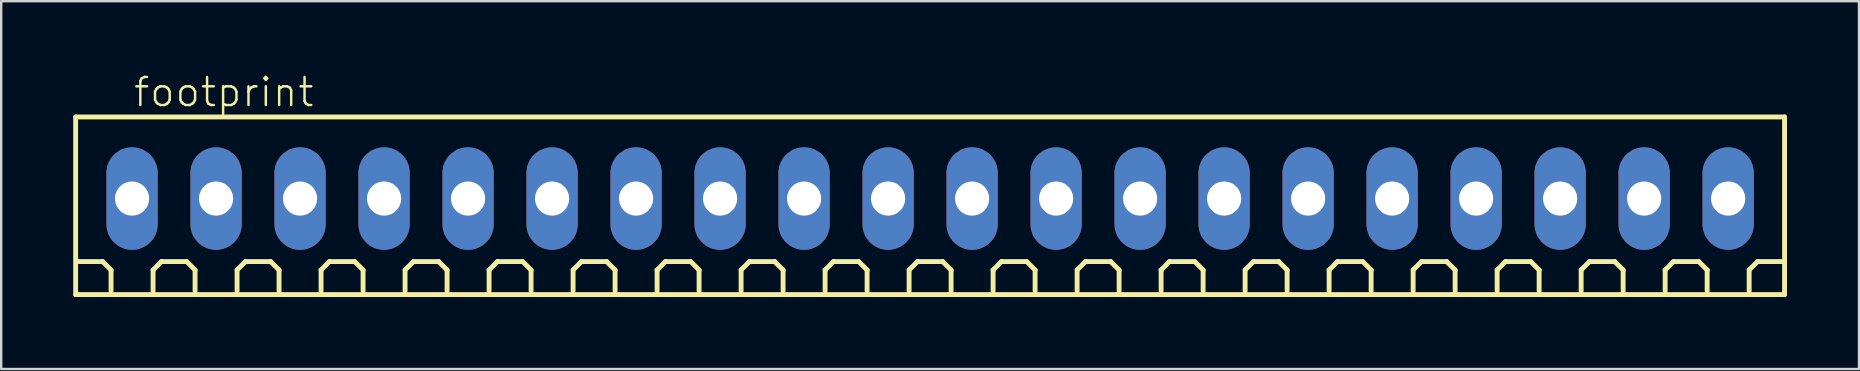
<source format=kicad_pcb>
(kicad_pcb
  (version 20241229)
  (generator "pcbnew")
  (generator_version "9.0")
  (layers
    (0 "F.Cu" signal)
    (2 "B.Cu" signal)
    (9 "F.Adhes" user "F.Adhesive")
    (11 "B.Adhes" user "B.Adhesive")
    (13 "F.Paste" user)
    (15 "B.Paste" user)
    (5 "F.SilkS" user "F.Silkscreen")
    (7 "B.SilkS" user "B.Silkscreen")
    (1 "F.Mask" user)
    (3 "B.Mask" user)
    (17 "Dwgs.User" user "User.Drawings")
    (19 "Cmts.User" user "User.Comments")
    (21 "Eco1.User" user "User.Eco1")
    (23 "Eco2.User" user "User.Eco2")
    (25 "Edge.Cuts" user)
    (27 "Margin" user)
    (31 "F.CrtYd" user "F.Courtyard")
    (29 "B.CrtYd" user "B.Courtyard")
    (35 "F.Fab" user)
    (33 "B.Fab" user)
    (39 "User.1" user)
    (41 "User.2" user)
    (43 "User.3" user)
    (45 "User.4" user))
  (footprint "footprint"
    (layer "F.Cu")
    (at 35.702 5.223)
    (property "Reference" "footprint" (at -33.25 -3.75 0) (layer "F.SilkS") (effects (font (size 1.168 1.168) (thickness 0.102)) (justify left bottom)))
    (fp_line (start -35.6 -3.4) (end 35.6 -3.4) (stroke (width 0.203) (type solid)) (layer "F.SilkS"))
    (fp_line (start -35.6 4) (end -35.6 -3.4) (stroke (width 0.203) (type solid)) (layer "F.SilkS"))
    (fp_line (start -34.475 2.625) (end -35.525 2.625) (stroke (width 0.203) (type solid)) (layer "F.SilkS"))
    (fp_line (start -34.125 2.975) (end -34.475 2.625) (stroke (width 0.203) (type solid)) (layer "F.SilkS"))
    (fp_line (start -34.125 3.85) (end -34.125 2.975) (stroke (width 0.203) (type solid)) (layer "F.SilkS"))
    (fp_line (start -32.375 2.975) (end -32.025 2.625) (stroke (width 0.203) (type solid)) (layer "F.SilkS"))
    (fp_line (start -32.375 3.85) (end -32.375 2.975) (stroke (width 0.203) (type solid)) (layer "F.SilkS"))
    (fp_line (start -32.025 2.625) (end -30.975 2.625) (stroke (width 0.203) (type solid)) (layer "F.SilkS"))
    (fp_line (start -30.975 2.625) (end -30.625 2.975) (stroke (width 0.203) (type solid)) (layer "F.SilkS"))
    (fp_line (start -30.625 2.975) (end -30.625 3.85) (stroke (width 0.203) (type solid)) (layer "F.SilkS"))
    (fp_line (start -28.875 2.975) (end -28.525 2.625) (stroke (width 0.203) (type solid)) (layer "F.SilkS"))
    (fp_line (start -28.875 3.85) (end -28.875 2.975) (stroke (width 0.203) (type solid)) (layer "F.SilkS"))
    (fp_line (start -28.525 2.625) (end -27.475 2.625) (stroke (width 0.203) (type solid)) (layer "F.SilkS"))
    (fp_line (start -27.475 2.625) (end -27.125 2.975) (stroke (width 0.203) (type solid)) (layer "F.SilkS"))
    (fp_line (start -27.125 2.975) (end -27.125 3.85) (stroke (width 0.203) (type solid)) (layer "F.SilkS"))
    (fp_line (start -25.375 2.975) (end -25.025 2.625) (stroke (width 0.203) (type solid)) (layer "F.SilkS"))
    (fp_line (start -25.375 3.85) (end -25.375 2.975) (stroke (width 0.203) (type solid)) (layer "F.SilkS"))
    (fp_line (start -25.025 2.625) (end -23.975 2.625) (stroke (width 0.203) (type solid)) (layer "F.SilkS"))
    (fp_line (start -23.975 2.625) (end -23.625 2.975) (stroke (width 0.203) (type solid)) (layer "F.SilkS"))
    (fp_line (start -23.625 2.975) (end -23.625 3.85) (stroke (width 0.203) (type solid)) (layer "F.SilkS"))
    (fp_line (start -21.875 2.975) (end -21.525 2.625) (stroke (width 0.203) (type solid)) (layer "F.SilkS"))
    (fp_line (start -21.875 3.85) (end -21.875 2.975) (stroke (width 0.203) (type solid)) (layer "F.SilkS"))
    (fp_line (start -21.525 2.625) (end -20.475 2.625) (stroke (width 0.203) (type solid)) (layer "F.SilkS"))
    (fp_line (start -20.475 2.625) (end -20.125 2.975) (stroke (width 0.203) (type solid)) (layer "F.SilkS"))
    (fp_line (start -20.125 2.975) (end -20.125 3.85) (stroke (width 0.203) (type solid)) (layer "F.SilkS"))
    (fp_line (start -18.375 2.975) (end -18.025 2.625) (stroke (width 0.203) (type solid)) (layer "F.SilkS"))
    (fp_line (start -18.375 3.85) (end -18.375 2.975) (stroke (width 0.203) (type solid)) (layer "F.SilkS"))
    (fp_line (start -18.025 2.625) (end -16.975 2.625) (stroke (width 0.203) (type solid)) (layer "F.SilkS"))
    (fp_line (start -16.975 2.625) (end -16.625 2.975) (stroke (width 0.203) (type solid)) (layer "F.SilkS"))
    (fp_line (start -16.625 2.975) (end -16.625 3.85) (stroke (width 0.203) (type solid)) (layer "F.SilkS"))
    (fp_line (start -14.875 2.975) (end -14.525 2.625) (stroke (width 0.203) (type solid)) (layer "F.SilkS"))
    (fp_line (start -14.875 3.85) (end -14.875 2.975) (stroke (width 0.203) (type solid)) (layer "F.SilkS"))
    (fp_line (start -14.525 2.625) (end -13.475 2.625) (stroke (width 0.203) (type solid)) (layer "F.SilkS"))
    (fp_line (start -13.475 2.625) (end -13.125 2.975) (stroke (width 0.203) (type solid)) (layer "F.SilkS"))
    (fp_line (start -13.125 2.975) (end -13.125 3.85) (stroke (width 0.203) (type solid)) (layer "F.SilkS"))
    (fp_line (start -11.375 2.975) (end -11.025 2.625) (stroke (width 0.203) (type solid)) (layer "F.SilkS"))
    (fp_line (start -11.375 3.85) (end -11.375 2.975) (stroke (width 0.203) (type solid)) (layer "F.SilkS"))
    (fp_line (start -11.025 2.625) (end -9.975 2.625) (stroke (width 0.203) (type solid)) (layer "F.SilkS"))
    (fp_line (start -9.975 2.625) (end -9.625 2.975) (stroke (width 0.203) (type solid)) (layer "F.SilkS"))
    (fp_line (start -9.625 2.975) (end -9.625 3.85) (stroke (width 0.203) (type solid)) (layer "F.SilkS"))
    (fp_line (start -7.875 2.975) (end -7.525 2.625) (stroke (width 0.203) (type solid)) (layer "F.SilkS"))
    (fp_line (start -7.875 3.85) (end -7.875 2.975) (stroke (width 0.203) (type solid)) (layer "F.SilkS"))
    (fp_line (start -7.525 2.625) (end -6.475 2.625) (stroke (width 0.203) (type solid)) (layer "F.SilkS"))
    (fp_line (start -6.475 2.625) (end -6.125 2.975) (stroke (width 0.203) (type solid)) (layer "F.SilkS"))
    (fp_line (start -6.125 2.975) (end -6.125 3.85) (stroke (width 0.203) (type solid)) (layer "F.SilkS"))
    (fp_line (start -4.375 2.975) (end -4.025 2.625) (stroke (width 0.203) (type solid)) (layer "F.SilkS"))
    (fp_line (start -4.375 3.85) (end -4.375 2.975) (stroke (width 0.203) (type solid)) (layer "F.SilkS"))
    (fp_line (start -4.025 2.625) (end -2.975 2.625) (stroke (width 0.203) (type solid)) (layer "F.SilkS"))
    (fp_line (start -2.975 2.625) (end -2.625 2.975) (stroke (width 0.203) (type solid)) (layer "F.SilkS"))
    (fp_line (start -2.625 2.975) (end -2.625 3.85) (stroke (width 0.203) (type solid)) (layer "F.SilkS"))
    (fp_line (start -0.875 2.975) (end -0.525 2.625) (stroke (width 0.203) (type solid)) (layer "F.SilkS"))
    (fp_line (start -0.875 3.85) (end -0.875 2.975) (stroke (width 0.203) (type solid)) (layer "F.SilkS"))
    (fp_line (start -0.525 2.625) (end 0.525 2.625) (stroke (width 0.203) (type solid)) (layer "F.SilkS"))
    (fp_line (start 0.525 2.625) (end 0.875 2.975) (stroke (width 0.203) (type solid)) (layer "F.SilkS"))
    (fp_line (start 0.875 2.975) (end 0.875 3.85) (stroke (width 0.203) (type solid)) (layer "F.SilkS"))
    (fp_line (start 2.625 2.975) (end 2.975 2.625) (stroke (width 0.203) (type solid)) (layer "F.SilkS"))
    (fp_line (start 2.625 3.85) (end 2.625 2.975) (stroke (width 0.203) (type solid)) (layer "F.SilkS"))
    (fp_line (start 2.975 2.625) (end 4.025 2.625) (stroke (width 0.203) (type solid)) (layer "F.SilkS"))
    (fp_line (start 4.025 2.625) (end 4.375 2.975) (stroke (width 0.203) (type solid)) (layer "F.SilkS"))
    (fp_line (start 4.375 2.975) (end 4.375 3.85) (stroke (width 0.203) (type solid)) (layer "F.SilkS"))
    (fp_line (start 6.125 2.975) (end 6.475 2.625) (stroke (width 0.203) (type solid)) (layer "F.SilkS"))
    (fp_line (start 6.125 3.85) (end 6.125 2.975) (stroke (width 0.203) (type solid)) (layer "F.SilkS"))
    (fp_line (start 6.475 2.625) (end 7.525 2.625) (stroke (width 0.203) (type solid)) (layer "F.SilkS"))
    (fp_line (start 7.525 2.625) (end 7.875 2.975) (stroke (width 0.203) (type solid)) (layer "F.SilkS"))
    (fp_line (start 7.875 2.975) (end 7.875 3.85) (stroke (width 0.203) (type solid)) (layer "F.SilkS"))
    (fp_line (start 9.625 2.975) (end 9.975 2.625) (stroke (width 0.203) (type solid)) (layer "F.SilkS"))
    (fp_line (start 9.625 3.85) (end 9.625 2.975) (stroke (width 0.203) (type solid)) (layer "F.SilkS"))
    (fp_line (start 9.975 2.625) (end 11.025 2.625) (stroke (width 0.203) (type solid)) (layer "F.SilkS"))
    (fp_line (start 11.025 2.625) (end 11.375 2.975) (stroke (width 0.203) (type solid)) (layer "F.SilkS"))
    (fp_line (start 11.375 2.975) (end 11.375 3.85) (stroke (width 0.203) (type solid)) (layer "F.SilkS"))
    (fp_line (start 13.125 2.975) (end 13.475 2.625) (stroke (width 0.203) (type solid)) (layer "F.SilkS"))
    (fp_line (start 13.125 3.85) (end 13.125 2.975) (stroke (width 0.203) (type solid)) (layer "F.SilkS"))
    (fp_line (start 13.475 2.625) (end 14.525 2.625) (stroke (width 0.203) (type solid)) (layer "F.SilkS"))
    (fp_line (start 14.525 2.625) (end 14.875 2.975) (stroke (width 0.203) (type solid)) (layer "F.SilkS"))
    (fp_line (start 14.875 2.975) (end 14.875 3.85) (stroke (width 0.203) (type solid)) (layer "F.SilkS"))
    (fp_line (start 16.625 2.975) (end 16.975 2.625) (stroke (width 0.203) (type solid)) (layer "F.SilkS"))
    (fp_line (start 16.625 3.85) (end 16.625 2.975) (stroke (width 0.203) (type solid)) (layer "F.SilkS"))
    (fp_line (start 16.975 2.625) (end 18.025 2.625) (stroke (width 0.203) (type solid)) (layer "F.SilkS"))
    (fp_line (start 18.025 2.625) (end 18.375 2.975) (stroke (width 0.203) (type solid)) (layer "F.SilkS"))
    (fp_line (start 18.375 2.975) (end 18.375 3.85) (stroke (width 0.203) (type solid)) (layer "F.SilkS"))
    (fp_line (start 20.125 2.975) (end 20.475 2.625) (stroke (width 0.203) (type solid)) (layer "F.SilkS"))
    (fp_line (start 20.125 3.85) (end 20.125 2.975) (stroke (width 0.203) (type solid)) (layer "F.SilkS"))
    (fp_line (start 20.475 2.625) (end 21.525 2.625) (stroke (width 0.203) (type solid)) (layer "F.SilkS"))
    (fp_line (start 21.525 2.625) (end 21.875 2.975) (stroke (width 0.203) (type solid)) (layer "F.SilkS"))
    (fp_line (start 21.875 2.975) (end 21.875 3.85) (stroke (width 0.203) (type solid)) (layer "F.SilkS"))
    (fp_line (start 23.625 2.975) (end 23.975 2.625) (stroke (width 0.203) (type solid)) (layer "F.SilkS"))
    (fp_line (start 23.625 3.85) (end 23.625 2.975) (stroke (width 0.203) (type solid)) (layer "F.SilkS"))
    (fp_line (start 23.975 2.625) (end 25.025 2.625) (stroke (width 0.203) (type solid)) (layer "F.SilkS"))
    (fp_line (start 25.025 2.625) (end 25.375 2.975) (stroke (width 0.203) (type solid)) (layer "F.SilkS"))
    (fp_line (start 25.375 2.975) (end 25.375 3.85) (stroke (width 0.203) (type solid)) (layer "F.SilkS"))
    (fp_line (start 27.125 2.975) (end 27.475 2.625) (stroke (width 0.203) (type solid)) (layer "F.SilkS"))
    (fp_line (start 27.125 3.85) (end 27.125 2.975) (stroke (width 0.203) (type solid)) (layer "F.SilkS"))
    (fp_line (start 27.475 2.625) (end 28.525 2.625) (stroke (width 0.203) (type solid)) (layer "F.SilkS"))
    (fp_line (start 28.525 2.625) (end 28.875 2.975) (stroke (width 0.203) (type solid)) (layer "F.SilkS"))
    (fp_line (start 28.875 2.975) (end 28.875 3.85) (stroke (width 0.203) (type solid)) (layer "F.SilkS"))
    (fp_line (start 30.625 2.975) (end 30.975 2.625) (stroke (width 0.203) (type solid)) (layer "F.SilkS"))
    (fp_line (start 30.625 3.85) (end 30.625 2.975) (stroke (width 0.203) (type solid)) (layer "F.SilkS"))
    (fp_line (start 30.975 2.625) (end 32.025 2.625) (stroke (width 0.203) (type solid)) (layer "F.SilkS"))
    (fp_line (start 32.025 2.625) (end 32.375 2.975) (stroke (width 0.203) (type solid)) (layer "F.SilkS"))
    (fp_line (start 32.375 2.975) (end 32.375 3.85) (stroke (width 0.203) (type solid)) (layer "F.SilkS"))
    (fp_line (start 34.125 2.975) (end 34.475 2.625) (stroke (width 0.203) (type solid)) (layer "F.SilkS"))
    (fp_line (start 34.125 3.85) (end 34.125 2.975) (stroke (width 0.203) (type solid)) (layer "F.SilkS"))
    (fp_line (start 34.475 2.625) (end 35.525 2.625) (stroke (width 0.203) (type solid)) (layer "F.SilkS"))
    (fp_line (start 35.6 -3.4) (end 35.6 4) (stroke (width 0.203) (type solid)) (layer "F.SilkS"))
    (fp_line (start 35.6 4) (end -35.6 4) (stroke (width 0.203) (type solid)) (layer "F.SilkS"))
    (pad "1" thru_hole oval (at -33.25 0 90) (size 4.267 2.134) (drill 1.422) (layers "*.Cu" "*.Mask"))
    (pad "2" thru_hole oval (at -29.75 0 90) (size 4.267 2.134) (drill 1.422) (layers "*.Cu" "*.Mask"))
    (pad "3" thru_hole oval (at -26.25 0 90) (size 4.267 2.134) (drill 1.422) (layers "*.Cu" "*.Mask"))
    (pad "4" thru_hole oval (at -22.75 0 90) (size 4.267 2.134) (drill 1.422) (layers "*.Cu" "*.Mask"))
    (pad "5" thru_hole oval (at -19.25 0 90) (size 4.267 2.134) (drill 1.422) (layers "*.Cu" "*.Mask"))
    (pad "6" thru_hole oval (at -15.75 0 90) (size 4.267 2.134) (drill 1.422) (layers "*.Cu" "*.Mask"))
    (pad "7" thru_hole oval (at -12.25 0 90) (size 4.267 2.134) (drill 1.422) (layers "*.Cu" "*.Mask"))
    (pad "8" thru_hole oval (at -8.75 0 90) (size 4.267 2.134) (drill 1.422) (layers "*.Cu" "*.Mask"))
    (pad "9" thru_hole oval (at -5.25 0 90) (size 4.267 2.134) (drill 1.422) (layers "*.Cu" "*.Mask"))
    (pad "10" thru_hole oval (at -1.75 0 90) (size 4.267 2.134) (drill 1.422) (layers "*.Cu" "*.Mask"))
    (pad "11" thru_hole oval (at 1.75 0 90) (size 4.267 2.134) (drill 1.422) (layers "*.Cu" "*.Mask"))
    (pad "12" thru_hole oval (at 5.25 0 90) (size 4.267 2.134) (drill 1.422) (layers "*.Cu" "*.Mask"))
    (pad "13" thru_hole oval (at 8.75 0 90) (size 4.267 2.134) (drill 1.422) (layers "*.Cu" "*.Mask"))
    (pad "14" thru_hole oval (at 12.25 0 90) (size 4.267 2.134) (drill 1.422) (layers "*.Cu" "*.Mask"))
    (pad "15" thru_hole oval (at 15.75 0 90) (size 4.267 2.134) (drill 1.422) (layers "*.Cu" "*.Mask"))
    (pad "16" thru_hole oval (at 19.25 0 90) (size 4.267 2.134) (drill 1.422) (layers "*.Cu" "*.Mask"))
    (pad "17" thru_hole oval (at 22.75 0 90) (size 4.267 2.134) (drill 1.422) (layers "*.Cu" "*.Mask"))
    (pad "18" thru_hole oval (at 26.25 0 90) (size 4.267 2.134) (drill 1.422) (layers "*.Cu" "*.Mask"))
    (pad "19" thru_hole oval (at 29.75 0 90) (size 4.267 2.134) (drill 1.422) (layers "*.Cu" "*.Mask"))
    (pad "20" thru_hole oval (at 33.25 0 90) (size 4.267 2.134) (drill 1.422) (layers "*.Cu" "*.Mask")))
  (gr_rect
    (start -3 -3)
    (end 74.403 12.325)
    (stroke (width 0.1) (type default))
    (fill no)
    (layer "Edge.Cuts")))
</source>
